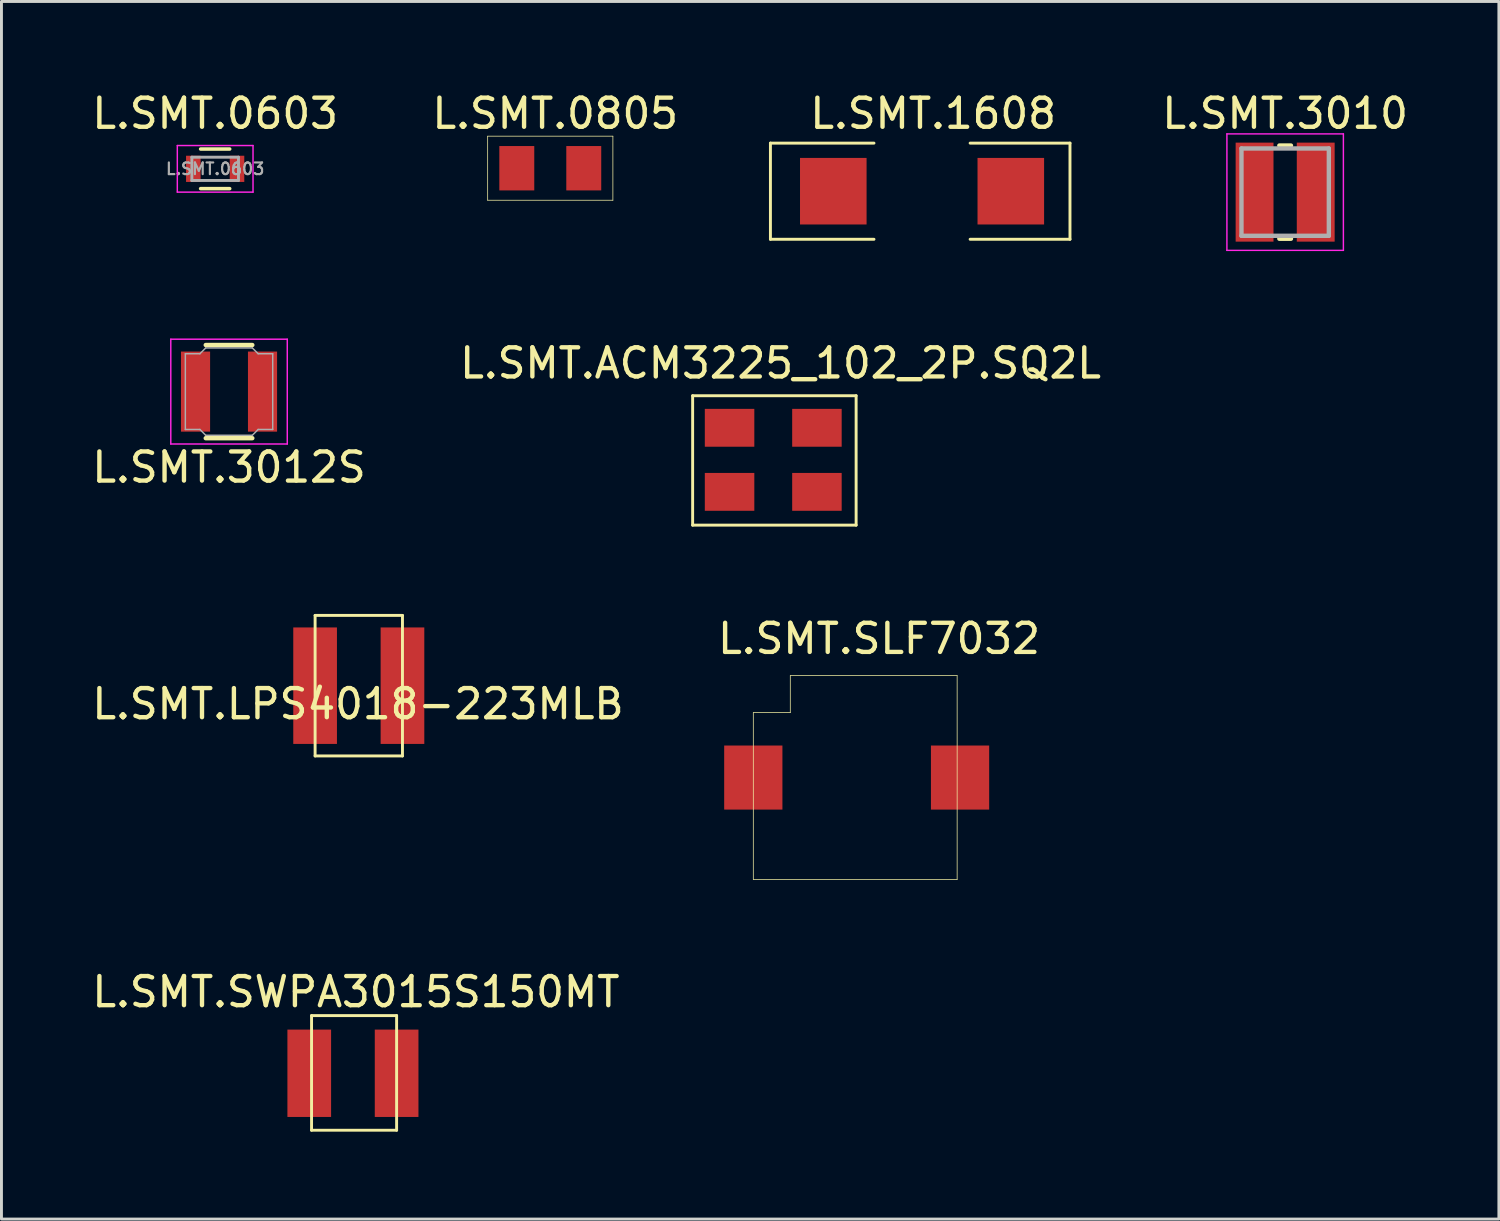
<source format=kicad_pcb>
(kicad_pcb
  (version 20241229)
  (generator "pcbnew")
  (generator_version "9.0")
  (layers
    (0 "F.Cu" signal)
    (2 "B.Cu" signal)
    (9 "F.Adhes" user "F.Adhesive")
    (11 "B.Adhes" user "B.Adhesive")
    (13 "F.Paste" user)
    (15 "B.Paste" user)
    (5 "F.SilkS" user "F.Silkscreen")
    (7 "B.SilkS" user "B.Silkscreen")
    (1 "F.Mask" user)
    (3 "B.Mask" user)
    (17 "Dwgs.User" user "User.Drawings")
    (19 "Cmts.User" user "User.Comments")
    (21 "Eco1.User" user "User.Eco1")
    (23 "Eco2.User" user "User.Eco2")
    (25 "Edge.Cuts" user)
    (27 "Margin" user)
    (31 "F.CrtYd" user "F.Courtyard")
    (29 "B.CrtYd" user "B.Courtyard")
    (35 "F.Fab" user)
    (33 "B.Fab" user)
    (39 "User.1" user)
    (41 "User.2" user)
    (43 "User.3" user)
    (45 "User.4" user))
  (footprint "L.SMT.SLF7032"
    (layer "F.Cu")
    (at 27.137 25.994)
    (property "Reference" "L.SMT.SLF7032" (at 0 -7.112 0) (layer "F.SilkS") (effects (font (size 1 1) (thickness 0.15))))
    (attr through_hole)
    (fp_line (start -4.318 -4.572) (end -3.048 -4.572) (stroke (width 0.025) (type solid)) (layer "F.SilkS"))
    (fp_line (start -4.318 1.158) (end -4.318 -4.572) (stroke (width 0.025) (type solid)) (layer "F.SilkS"))
    (fp_line (start -4.318 1.158) (end 2.682 1.158) (stroke (width 0.025) (type solid)) (layer "F.SilkS"))
    (fp_line (start -3.048 -5.842) (end 2.682 -5.842) (stroke (width 0.025) (type solid)) (layer "F.SilkS"))
    (fp_line (start -3.048 -4.572) (end -3.048 -5.842) (stroke (width 0.025) (type solid)) (layer "F.SilkS"))
    (fp_line (start 2.682 1.158) (end 2.682 -5.842) (stroke (width 0.025) (type solid)) (layer "F.SilkS"))
    (pad "1" smd rect (at -4.318 -2.342) (size 2 2.2) (layers "F.Cu" "F.Mask" "F.Paste"))
    (pad "2" smd rect (at 2.782 -2.342) (size 2 2.2) (layers "F.Cu" "F.Mask" "F.Paste")))
  (footprint "L.SMT.0805"
    (layer "F.Cu")
    (at 15.967 2.829)
    (property "Reference" "L.SMT.0805" (at 0.051 -1.981 0) (layer "F.SilkS") (effects (font (size 1 1) (thickness 0.15))))
    (attr through_hole)
    (fp_line (start -2.27 -1.202) (end 2.03 -1.202) (stroke (width 0.025) (type solid)) (layer "F.SilkS"))
    (fp_line (start -2.27 0.998) (end -2.27 -1.202) (stroke (width 0.025) (type solid)) (layer "F.SilkS"))
    (fp_line (start -2.27 0.998) (end 2.03 0.998) (stroke (width 0.025) (type solid)) (layer "F.SilkS"))
    (fp_line (start 2.03 0.998) (end 2.03 -1.202) (stroke (width 0.025) (type solid)) (layer "F.SilkS"))
    (pad "1" smd rect (at -1.27 -0.102) (size 1.2 1.524) (layers "F.Cu" "F.Mask" "F.Paste"))
    (pad "2" smd rect (at 1.03 -0.102) (size 1.2 1.524) (layers "F.Cu" "F.Mask" "F.Paste")))
  (footprint "L.SMT.0603"
    (layer "F.Cu")
    (at 4.339 2.748)
    (property "Reference" "L.SMT.0603" (at 0 -1.9 0) (layer "F.SilkS") (effects (font (size 1 1) (thickness 0.15))))
    (attr smd)
    (fp_line (start -0.5 -0.68) (end 0.5 -0.68) (stroke (width 0.12) (type solid)) (layer "F.SilkS"))
    (fp_line (start 0.5 0.68) (end -0.5 0.68) (stroke (width 0.12) (type solid)) (layer "F.SilkS"))
    (fp_line (start -1.3 -0.8) (end -1.3 0.8) (stroke (width 0.05) (type solid)) (layer "F.CrtYd"))
    (fp_line (start -1.3 -0.8) (end 1.3 -0.8) (stroke (width 0.05) (type solid)) (layer "F.CrtYd"))
    (fp_line (start -1.3 0.8) (end 1.3 0.8) (stroke (width 0.05) (type solid)) (layer "F.CrtYd"))
    (fp_line (start 1.3 -0.8) (end 1.3 0.8) (stroke (width 0.05) (type solid)) (layer "F.CrtYd"))
    (fp_line (start -0.8 -0.4) (end 0.8 -0.4) (stroke (width 0.1) (type solid)) (layer "F.Fab"))
    (fp_line (start -0.8 0.4) (end -0.8 -0.4) (stroke (width 0.1) (type solid)) (layer "F.Fab"))
    (fp_line (start 0.8 -0.4) (end 0.8 0.4) (stroke (width 0.1) (type solid)) (layer "F.Fab"))
    (fp_line (start 0.8 0.4) (end -0.8 0.4) (stroke (width 0.1) (type solid)) (layer "F.Fab"))
    (fp_text user "${REFERENCE}" (at 0 0 0) (layer "F.Fab") (effects (font (size 0.4 0.4) (thickness 0.075))))
    (pad "1" smd rect (at -0.75 0) (size 0.5 0.9) (layers "F.Cu" "F.Mask" "F.Paste"))
    (pad "2" smd rect (at 0.75 0) (size 0.5 0.9) (layers "F.Cu" "F.Mask" "F.Paste")))
  (footprint "L.SMT.LPS4018-223MLB"
    (layer "F.Cu")
    (at 9.244 20.624)
    (property "Reference" "L.SMT.LPS4018-223MLB" (at 0 0.5 0) (layer "F.SilkS") (effects (font (size 1 1) (thickness 0.15))))
    (attr through_hole)
    (fp_line (start -1.473 -2.54) (end 1.527 -2.54) (stroke (width 0.1) (type solid)) (layer "F.SilkS"))
    (fp_line (start -1.473 2.286) (end -1.473 -2.54) (stroke (width 0.1) (type solid)) (layer "F.SilkS"))
    (fp_line (start -1.473 2.286) (end 1.527 2.286) (stroke (width 0.1) (type solid)) (layer "F.SilkS"))
    (fp_line (start 1.527 2.286) (end 1.527 -2.54) (stroke (width 0.1) (type solid)) (layer "F.SilkS"))
    (pad "1" smd rect (at -1.473 -0.127 90) (size 4 1.5) (layers "F.Cu" "F.Mask" "F.Paste"))
    (pad "2" smd rect (at 1.527 -0.127 90) (size 4 1.5) (layers "F.Cu" "F.Mask" "F.Paste")))
  (footprint "L.SMT.ACM3225_102_2P.SQ2L"
    (layer "F.Cu")
    (at 23.426 12.876)
    (property "Reference" "L.SMT.ACM3225_102_2P.SQ2L" (at 0.33 -3.454 0) (layer "F.SilkS") (effects (font (size 1 1) (thickness 0.15))))
    (attr through_hole)
    (fp_line (start -2.69 -2.337) (end 2.924 -2.337) (stroke (width 0.1) (type solid)) (layer "F.SilkS"))
    (fp_line (start -2.69 2.108) (end -2.69 -2.337) (stroke (width 0.1) (type solid)) (layer "F.SilkS"))
    (fp_line (start -2.69 2.108) (end 2.924 2.108) (stroke (width 0.1) (type solid)) (layer "F.SilkS"))
    (fp_line (start 2.924 2.108) (end 2.924 -2.337) (stroke (width 0.1) (type solid)) (layer "F.SilkS"))
    (pad "1" smd rect (at -1.422 0.965 90) (size 1.3 1.7) (layers "F.Cu" "F.Mask" "F.Paste"))
    (pad "2" smd rect (at -1.422 -1.235 90) (size 1.3 1.7) (layers "F.Cu" "F.Mask" "F.Paste"))
    (pad "3" smd rect (at 1.578 -1.235 90) (size 1.3 1.7) (layers "F.Cu" "F.Mask" "F.Paste"))
    (pad "4" smd rect (at 1.578 0.965 90) (size 1.3 1.7) (layers "F.Cu" "F.Mask" "F.Paste")))
  (footprint "L.SMT.3010"
    (layer "F.Cu")
    (at 41.083 3.548)
    (property "Reference" "L.SMT.3010" (at 0 -2.7 0) (layer "F.SilkS") (effects (font (size 1 1) (thickness 0.15))))
    (attr smd)
    (fp_line (start -0.2 -1.6) (end 0.2 -1.6) (stroke (width 0.15) (type solid)) (layer "F.SilkS"))
    (fp_line (start -0.2 1.6) (end 0.2 1.6) (stroke (width 0.15) (type solid)) (layer "F.SilkS"))
    (fp_line (start -2 -2) (end -2 2) (stroke (width 0.05) (type solid)) (layer "F.CrtYd"))
    (fp_line (start -2 2) (end 2 2) (stroke (width 0.05) (type solid)) (layer "F.CrtYd"))
    (fp_line (start 2 -2) (end -2 -2) (stroke (width 0.05) (type solid)) (layer "F.CrtYd"))
    (fp_line (start 2 2) (end 2 -2) (stroke (width 0.05) (type solid)) (layer "F.CrtYd"))
    (fp_line (start -1.5 -1.5) (end -1.5 1.5) (stroke (width 0.15) (type solid)) (layer "F.Fab"))
    (fp_line (start -1.5 1.5) (end 1.5 1.5) (stroke (width 0.15) (type solid)) (layer "F.Fab"))
    (fp_line (start 1.5 -1.5) (end -1.5 -1.5) (stroke (width 0.15) (type solid)) (layer "F.Fab"))
    (fp_line (start 1.5 1.5) (end 1.5 -1.5) (stroke (width 0.15) (type solid)) (layer "F.Fab"))
    (pad "1" smd rect (at -1.05 0) (size 1.3 3.4) (layers "F.Cu" "F.Mask" "F.Paste"))
    (pad "2" smd rect (at 1.05 0) (size 1.3 3.4) (layers "F.Cu" "F.Mask" "F.Paste")))
  (footprint "L.SMT.3012S"
    (layer "F.Cu")
    (at 4.815 10.398)
    (property "Reference" "L.SMT.3012S" (at 0 2.6 0) (layer "F.SilkS") (effects (font (size 1 1) (thickness 0.15))))
    (attr smd)
    (fp_line (start -0.8 -1.6) (end 0.8 -1.6) (stroke (width 0.15) (type solid)) (layer "F.SilkS"))
    (fp_line (start -0.8 1.6) (end 0.8 1.6) (stroke (width 0.15) (type solid)) (layer "F.SilkS"))
    (fp_line (start -2 -1.8) (end -2 1.8) (stroke (width 0.05) (type solid)) (layer "F.CrtYd"))
    (fp_line (start -2 1.8) (end 2 1.8) (stroke (width 0.05) (type solid)) (layer "F.CrtYd"))
    (fp_line (start 2 -1.8) (end -2 -1.8) (stroke (width 0.05) (type solid)) (layer "F.CrtYd"))
    (fp_line (start 2 1.8) (end 2 -1.8) (stroke (width 0.05) (type solid)) (layer "F.CrtYd"))
    (fp_line (start -1.5 -1.3) (end -1.5 1.3) (stroke (width 0.05) (type solid)) (layer "F.Fab"))
    (fp_line (start -1.5 1.3) (end -1 1.3) (stroke (width 0.05) (type solid)) (layer "F.Fab"))
    (fp_line (start -1 -1.3) (end -1.5 -1.3) (stroke (width 0.05) (type solid)) (layer "F.Fab"))
    (fp_line (start -1 1.3) (end -0.8 1.5) (stroke (width 0.05) (type solid)) (layer "F.Fab"))
    (fp_line (start -0.8 -1.5) (end -1 -1.3) (stroke (width 0.05) (type solid)) (layer "F.Fab"))
    (fp_line (start -0.8 1.5) (end 0.8 1.5) (stroke (width 0.05) (type solid)) (layer "F.Fab"))
    (fp_line (start 0.8 -1.5) (end -0.8 -1.5) (stroke (width 0.05) (type solid)) (layer "F.Fab"))
    (fp_line (start 0.8 1.5) (end 1 1.3) (stroke (width 0.05) (type solid)) (layer "F.Fab"))
    (fp_line (start 1 -1.3) (end 0.8 -1.5) (stroke (width 0.05) (type solid)) (layer "F.Fab"))
    (fp_line (start 1 1.3) (end 1.5 1.3) (stroke (width 0.05) (type solid)) (layer "F.Fab"))
    (fp_line (start 1.5 -1.3) (end 1 -1.3) (stroke (width 0.05) (type solid)) (layer "F.Fab"))
    (fp_line (start 1.5 1.3) (end 1.5 -1.3) (stroke (width 0.05) (type solid)) (layer "F.Fab"))
    (pad "1" smd rect (at -1.15 0) (size 1 2.75) (layers "F.Cu" "F.Mask" "F.Paste"))
    (pad "2" smd rect (at 1.15 0) (size 1 2.75) (layers "F.Cu" "F.Mask" "F.Paste")))
  (footprint "L.SMT.1608"
    (layer "F.Cu")
    (at 28.614 3.541)
    (property "Reference" "L.SMT.1608" (at 0.381 -2.692 0) (layer "F.SilkS") (effects (font (size 1 1) (thickness 0.15))))
    (attr through_hole)
    (fp_line (start -5.207 -1.676) (end -1.651 -1.676) (stroke (width 0.1) (type solid)) (layer "F.SilkS"))
    (fp_line (start -5.207 1.626) (end -5.207 -1.676) (stroke (width 0.1) (type solid)) (layer "F.SilkS"))
    (fp_line (start -5.207 1.626) (end -1.651 1.626) (stroke (width 0.1) (type solid)) (layer "F.SilkS"))
    (fp_line (start 1.651 -1.676) (end 5.08 -1.676) (stroke (width 0.1) (type solid)) (layer "F.SilkS"))
    (fp_line (start 1.651 1.626) (end 5.08 1.626) (stroke (width 0.1) (type solid)) (layer "F.SilkS"))
    (fp_line (start 5.08 1.626) (end 5.08 -1.676) (stroke (width 0.1) (type solid)) (layer "F.SilkS"))
    (pad "1" smd rect (at -3.048 -0.025 180) (size 2.286 2.286) (layers "F.Cu" "F.Mask" "F.Paste"))
    (pad "2" smd rect (at 3.048 -0.025 180) (size 2.286 2.286) (layers "F.Cu" "F.Mask" "F.Paste")))
  (footprint "L.SMT.SWPA3015S150MT"
    (layer "F.Cu")
    (at 8.919 34.061)
    (property "Reference" "L.SMT.SWPA3015S150MT" (at 0.254 -3.048 0) (layer "F.SilkS") (effects (font (size 1 1) (thickness 0.15))))
    (attr through_hole)
    (fp_line (start -1.27 -2.235) (end 1.651 -2.235) (stroke (width 0.1) (type solid)) (layer "F.SilkS"))
    (fp_line (start -1.27 1.702) (end -1.27 -2.235) (stroke (width 0.1) (type solid)) (layer "F.SilkS"))
    (fp_line (start -1.27 1.702) (end 1.651 1.702) (stroke (width 0.1) (type solid)) (layer "F.SilkS"))
    (fp_line (start 1.651 1.702) (end 1.651 -2.235) (stroke (width 0.1) (type solid)) (layer "F.SilkS"))
    (pad "1" smd rect (at -1.349 -0.254 90) (size 3 1.5) (layers "F.Cu" "F.Mask" "F.Paste"))
    (pad "2" smd rect (at 1.651 -0.254 90) (size 3 1.5) (layers "F.Cu" "F.Mask" "F.Paste")))
  (gr_rect
    (start -3 -3)
    (end 48.423 38.813)
    (stroke (width 0.1) (type default))
    (fill no)
    (layer "Edge.Cuts")))
</source>
